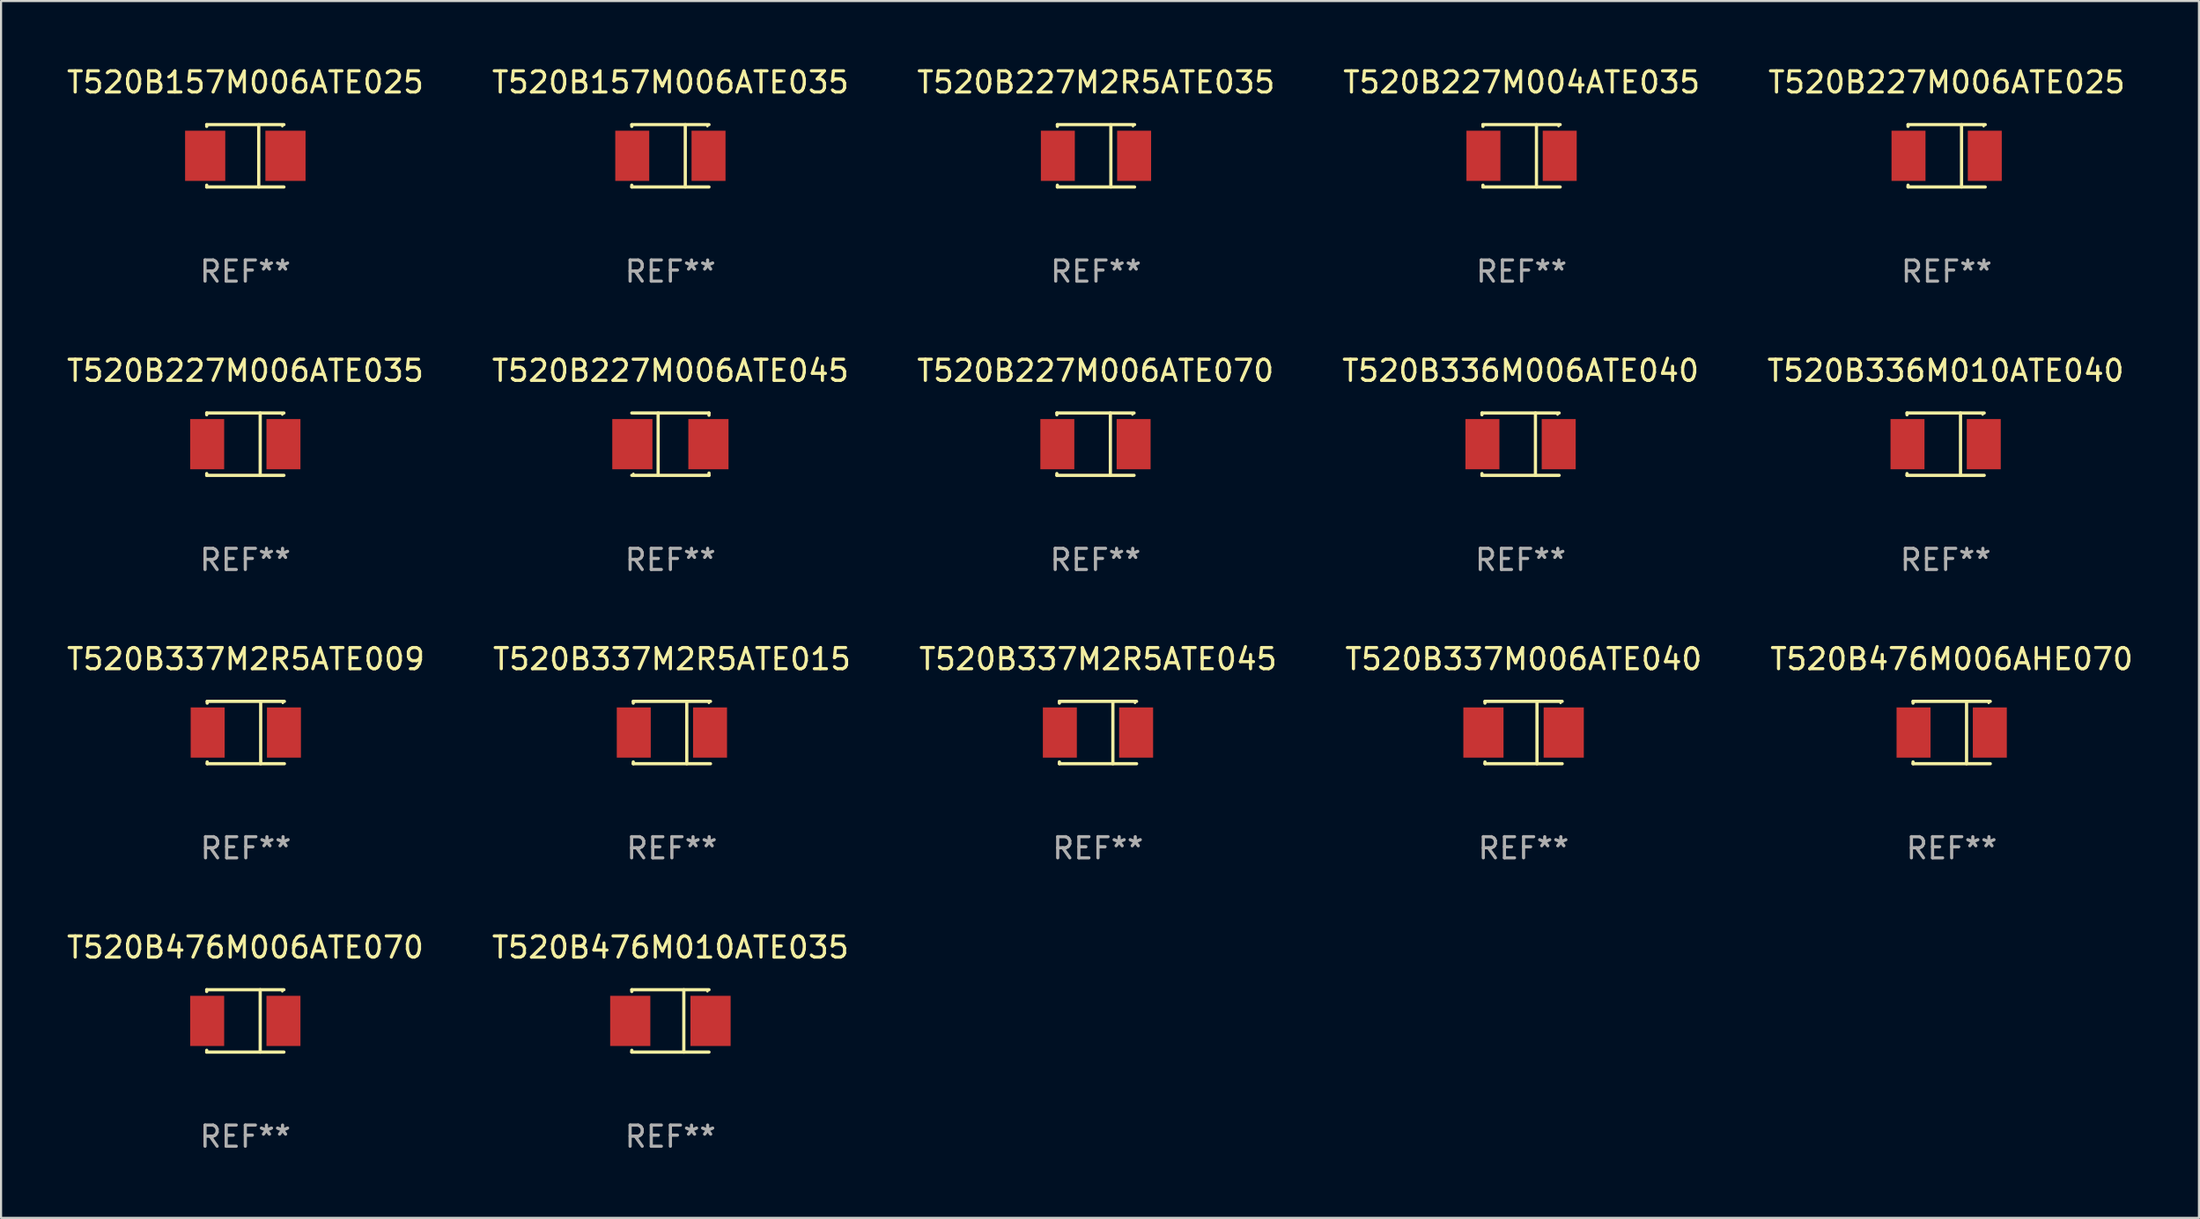
<source format=kicad_pcb>
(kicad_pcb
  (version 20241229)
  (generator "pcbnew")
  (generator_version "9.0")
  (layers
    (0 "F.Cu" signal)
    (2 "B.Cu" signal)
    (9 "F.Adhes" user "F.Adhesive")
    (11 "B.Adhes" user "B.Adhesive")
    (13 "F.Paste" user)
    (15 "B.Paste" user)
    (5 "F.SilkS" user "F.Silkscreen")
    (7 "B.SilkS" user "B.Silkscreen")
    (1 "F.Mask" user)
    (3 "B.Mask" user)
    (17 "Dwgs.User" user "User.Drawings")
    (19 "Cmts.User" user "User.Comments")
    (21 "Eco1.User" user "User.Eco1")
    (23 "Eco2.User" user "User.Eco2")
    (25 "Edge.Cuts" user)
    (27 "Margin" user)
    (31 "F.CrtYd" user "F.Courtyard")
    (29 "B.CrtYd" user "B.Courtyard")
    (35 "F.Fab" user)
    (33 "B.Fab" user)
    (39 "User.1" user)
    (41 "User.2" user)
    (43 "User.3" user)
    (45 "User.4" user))
  (footprint "T520B227M004ATE035"
    (layer "F.Cu")
    (at 68.923 4.324)
    (property "Reference" "T520B227M004ATE035" (at 0 -3.476 0) (layer "F.SilkS") (effects (font (size 1 1) (thickness 0.15))))
    (attr through_hole)
    (fp_line (start -1.826 -1.476) (end -1.826 -1.391) (stroke (width 0.152) (type solid)) (layer "F.SilkS"))
    (fp_line (start -1.826 -1.476) (end 1.826 -1.476) (stroke (width 0.152) (type solid)) (layer "F.SilkS"))
    (fp_line (start -1.826 1.476) (end -1.826 1.391) (stroke (width 0.152) (type solid)) (layer "F.SilkS"))
    (fp_line (start -1.826 1.476) (end 1.826 1.476) (stroke (width 0.152) (type solid)) (layer "F.SilkS"))
    (fp_line (start 0.704 -1.476) (end 0.704 1.476) (stroke (width 0.152) (type solid)) (layer "F.SilkS"))
    (fp_circle (center 1.75 -1.4) (end 1.78 -1.4) (stroke (width 0.06) (type solid)) (fill no) (layer "F.SilkS"))
    (fp_text user "REF**" (at 0 5.476 0) (layer "F.Fab") (effects (font (size 1 1) (thickness 0.15))))
    (pad "1" smd rect (at 1.804 0) (size 1.607 2.376) (layers "F.Cu" "F.Mask" "F.Paste"))
    (pad "2" smd rect (at -1.804 0) (size 1.607 2.376) (layers "F.Cu" "F.Mask" "F.Paste")))
  (footprint "T520B337M2R5ATE045"
    (layer "F.Cu")
    (at 48.887 31.622)
    (property "Reference" "T520B337M2R5ATE045" (at 0 -3.476 0) (layer "F.SilkS") (effects (font (size 1 1) (thickness 0.15))))
    (attr through_hole)
    (fp_line (start -1.826 -1.476) (end -1.826 -1.391) (stroke (width 0.152) (type solid)) (layer "F.SilkS"))
    (fp_line (start -1.826 -1.476) (end 1.826 -1.476) (stroke (width 0.152) (type solid)) (layer "F.SilkS"))
    (fp_line (start -1.826 1.476) (end -1.826 1.391) (stroke (width 0.152) (type solid)) (layer "F.SilkS"))
    (fp_line (start -1.826 1.476) (end 1.826 1.476) (stroke (width 0.152) (type solid)) (layer "F.SilkS"))
    (fp_line (start 0.704 -1.476) (end 0.704 1.476) (stroke (width 0.152) (type solid)) (layer "F.SilkS"))
    (fp_circle (center 1.75 -1.4) (end 1.78 -1.4) (stroke (width 0.06) (type solid)) (fill no) (layer "F.SilkS"))
    (fp_text user "REF**" (at 0 5.476 0) (layer "F.Fab") (effects (font (size 1 1) (thickness 0.15))))
    (pad "1" smd rect (at 1.804 0) (size 1.607 2.376) (layers "F.Cu" "F.Mask" "F.Paste"))
    (pad "2" smd rect (at -1.804 0) (size 1.607 2.376) (layers "F.Cu" "F.Mask" "F.Paste")))
  (footprint "T520B476M006AHE070"
    (layer "F.Cu")
    (at 89.268 31.622)
    (property "Reference" "T520B476M006AHE070" (at 0 -3.476 0) (layer "F.SilkS") (effects (font (size 1 1) (thickness 0.15))))
    (attr through_hole)
    (fp_line (start -1.826 -1.476) (end -1.826 -1.391) (stroke (width 0.152) (type solid)) (layer "F.SilkS"))
    (fp_line (start -1.826 -1.476) (end 1.826 -1.476) (stroke (width 0.152) (type solid)) (layer "F.SilkS"))
    (fp_line (start -1.826 1.476) (end -1.826 1.391) (stroke (width 0.152) (type solid)) (layer "F.SilkS"))
    (fp_line (start -1.826 1.476) (end 1.826 1.476) (stroke (width 0.152) (type solid)) (layer "F.SilkS"))
    (fp_line (start 0.704 -1.476) (end 0.704 1.476) (stroke (width 0.152) (type solid)) (layer "F.SilkS"))
    (fp_circle (center 1.75 -1.4) (end 1.78 -1.4) (stroke (width 0.06) (type solid)) (fill no) (layer "F.SilkS"))
    (fp_text user "REF**" (at 0 5.476 0) (layer "F.Fab") (effects (font (size 1 1) (thickness 0.15))))
    (pad "1" smd rect (at 1.804 0) (size 1.607 2.376) (layers "F.Cu" "F.Mask" "F.Paste"))
    (pad "2" smd rect (at -1.804 0) (size 1.607 2.376) (layers "F.Cu" "F.Mask" "F.Paste")))
  (footprint "T520B476M006ATE070"
    (layer "F.Cu")
    (at 8.554 45.271)
    (property "Reference" "T520B476M006ATE070" (at 0 -3.476 0) (layer "F.SilkS") (effects (font (size 1 1) (thickness 0.15))))
    (attr through_hole)
    (fp_line (start -1.826 -1.476) (end -1.826 -1.391) (stroke (width 0.152) (type solid)) (layer "F.SilkS"))
    (fp_line (start -1.826 -1.476) (end 1.826 -1.476) (stroke (width 0.152) (type solid)) (layer "F.SilkS"))
    (fp_line (start -1.826 1.476) (end -1.826 1.391) (stroke (width 0.152) (type solid)) (layer "F.SilkS"))
    (fp_line (start -1.826 1.476) (end 1.826 1.476) (stroke (width 0.152) (type solid)) (layer "F.SilkS"))
    (fp_line (start 0.704 -1.476) (end 0.704 1.476) (stroke (width 0.152) (type solid)) (layer "F.SilkS"))
    (fp_circle (center 1.75 -1.4) (end 1.78 -1.4) (stroke (width 0.06) (type solid)) (fill no) (layer "F.SilkS"))
    (fp_text user "REF**" (at 0 5.476 0) (layer "F.Fab") (effects (font (size 1 1) (thickness 0.15))))
    (pad "1" smd rect (at 1.804 0) (size 1.607 2.376) (layers "F.Cu" "F.Mask" "F.Paste"))
    (pad "2" smd rect (at -1.804 0) (size 1.607 2.376) (layers "F.Cu" "F.Mask" "F.Paste")))
  (footprint "T520B336M010ATE040"
    (layer "F.Cu")
    (at 88.982 17.973)
    (property "Reference" "T520B336M010ATE040" (at 0 -3.476 0) (layer "F.SilkS") (effects (font (size 1 1) (thickness 0.15))))
    (attr through_hole)
    (fp_line (start -1.826 -1.476) (end -1.826 -1.391) (stroke (width 0.152) (type solid)) (layer "F.SilkS"))
    (fp_line (start -1.826 -1.476) (end 1.826 -1.476) (stroke (width 0.152) (type solid)) (layer "F.SilkS"))
    (fp_line (start -1.826 1.476) (end -1.826 1.391) (stroke (width 0.152) (type solid)) (layer "F.SilkS"))
    (fp_line (start -1.826 1.476) (end 1.826 1.476) (stroke (width 0.152) (type solid)) (layer "F.SilkS"))
    (fp_line (start 0.704 -1.476) (end 0.704 1.476) (stroke (width 0.152) (type solid)) (layer "F.SilkS"))
    (fp_circle (center 1.75 -1.4) (end 1.78 -1.4) (stroke (width 0.06) (type solid)) (fill no) (layer "F.SilkS"))
    (fp_text user "REF**" (at 0 5.476 0) (layer "F.Fab") (effects (font (size 1 1) (thickness 0.15))))
    (pad "1" smd rect (at 1.804 0) (size 1.607 2.376) (layers "F.Cu" "F.Mask" "F.Paste"))
    (pad "2" smd rect (at -1.804 0) (size 1.607 2.376) (layers "F.Cu" "F.Mask" "F.Paste")))
  (footprint "T520B337M2R5ATE009"
    (layer "F.Cu")
    (at 8.577 31.622)
    (property "Reference" "T520B337M2R5ATE009" (at 0 -3.476 0) (layer "F.SilkS") (effects (font (size 1 1) (thickness 0.15))))
    (attr through_hole)
    (fp_line (start -1.826 -1.476) (end -1.826 -1.391) (stroke (width 0.152) (type solid)) (layer "F.SilkS"))
    (fp_line (start -1.826 -1.476) (end 1.826 -1.476) (stroke (width 0.152) (type solid)) (layer "F.SilkS"))
    (fp_line (start -1.826 1.476) (end -1.826 1.391) (stroke (width 0.152) (type solid)) (layer "F.SilkS"))
    (fp_line (start -1.826 1.476) (end 1.826 1.476) (stroke (width 0.152) (type solid)) (layer "F.SilkS"))
    (fp_line (start 0.704 -1.476) (end 0.704 1.476) (stroke (width 0.152) (type solid)) (layer "F.SilkS"))
    (fp_circle (center 1.75 -1.4) (end 1.78 -1.4) (stroke (width 0.06) (type solid)) (fill no) (layer "F.SilkS"))
    (fp_text user "REF**" (at 0 5.476 0) (layer "F.Fab") (effects (font (size 1 1) (thickness 0.15))))
    (pad "1" smd rect (at 1.804 0) (size 1.607 2.376) (layers "F.Cu" "F.Mask" "F.Paste"))
    (pad "2" smd rect (at -1.804 0) (size 1.607 2.376) (layers "F.Cu" "F.Mask" "F.Paste")))
  (footprint "T520B337M006ATE040"
    (layer "F.Cu")
    (at 69.018 31.622)
    (property "Reference" "T520B337M006ATE040" (at 0 -3.476 0) (layer "F.SilkS") (effects (font (size 1 1) (thickness 0.15))))
    (attr through_hole)
    (fp_line (start -1.826 -1.476) (end -1.826 -1.391) (stroke (width 0.152) (type solid)) (layer "F.SilkS"))
    (fp_line (start -1.826 -1.476) (end 1.826 -1.476) (stroke (width 0.152) (type solid)) (layer "F.SilkS"))
    (fp_line (start -1.826 1.476) (end -1.826 1.391) (stroke (width 0.152) (type solid)) (layer "F.SilkS"))
    (fp_line (start -1.826 1.476) (end 1.826 1.476) (stroke (width 0.152) (type solid)) (layer "F.SilkS"))
    (fp_line (start 0.635 -1.476) (end 0.635 1.476) (stroke (width 0.152) (type solid)) (layer "F.SilkS"))
    (fp_circle (center 1.75 -1.4) (end 1.78 -1.4) (stroke (width 0.06) (type solid)) (fill no) (layer "F.SilkS"))
    (fp_text user "REF**" (at 0 5.476 0) (layer "F.Fab") (effects (font (size 1 1) (thickness 0.15))))
    (pad "1" smd rect (at 1.899 0) (size 1.9 2.376) (layers "F.Cu" "F.Mask" "F.Paste"))
    (pad "2" smd rect (at -1.899 0) (size 1.9 2.376) (layers "F.Cu" "F.Mask" "F.Paste")))
  (footprint "T520B337M2R5ATE015"
    (layer "F.Cu")
    (at 28.732 31.622)
    (property "Reference" "T520B337M2R5ATE015" (at 0 -3.476 0) (layer "F.SilkS") (effects (font (size 1 1) (thickness 0.15))))
    (attr through_hole)
    (fp_line (start -1.826 -1.476) (end -1.826 -1.391) (stroke (width 0.152) (type solid)) (layer "F.SilkS"))
    (fp_line (start -1.826 -1.476) (end 1.826 -1.476) (stroke (width 0.152) (type solid)) (layer "F.SilkS"))
    (fp_line (start -1.826 1.476) (end -1.826 1.391) (stroke (width 0.152) (type solid)) (layer "F.SilkS"))
    (fp_line (start -1.826 1.476) (end 1.826 1.476) (stroke (width 0.152) (type solid)) (layer "F.SilkS"))
    (fp_line (start 0.704 -1.476) (end 0.704 1.476) (stroke (width 0.152) (type solid)) (layer "F.SilkS"))
    (fp_circle (center 1.75 -1.4) (end 1.78 -1.4) (stroke (width 0.06) (type solid)) (fill no) (layer "F.SilkS"))
    (fp_text user "REF**" (at 0 5.476 0) (layer "F.Fab") (effects (font (size 1 1) (thickness 0.15))))
    (pad "1" smd rect (at 1.804 0) (size 1.607 2.376) (layers "F.Cu" "F.Mask" "F.Paste"))
    (pad "2" smd rect (at -1.804 0) (size 1.607 2.376) (layers "F.Cu" "F.Mask" "F.Paste")))
  (footprint "T520B227M006ATE045"
    (layer "F.Cu")
    (at 28.661 17.973)
    (property "Reference" "T520B227M006ATE045" (at 0 -3.476 0) (layer "F.SilkS") (effects (font (size 1 1) (thickness 0.15))))
    (attr through_hole)
    (fp_line (start -1.826 -1.476) (end 1.826 -1.476) (stroke (width 0.152) (type solid)) (layer "F.SilkS"))
    (fp_line (start -1.826 1.476) (end 1.826 1.476) (stroke (width 0.152) (type solid)) (layer "F.SilkS"))
    (fp_line (start -0.58 -1.476) (end -0.58 1.476) (stroke (width 0.152) (type solid)) (layer "F.SilkS"))
    (fp_line (start 1.826 -1.476) (end 1.826 -1.368) (stroke (width 0.152) (type solid)) (layer "F.SilkS"))
    (fp_line (start 1.826 1.368) (end 1.826 1.476) (stroke (width 0.152) (type solid)) (layer "F.SilkS"))
    (fp_circle (center -1.75 1.4) (end -1.72 1.4) (stroke (width 0.06) (type solid)) (fill no) (layer "F.SilkS"))
    (fp_text user "REF**" (at 0 5.476 0) (layer "F.Fab") (effects (font (size 1 1) (thickness 0.15))))
    (pad "1" smd rect (at -1.799 0) (size 1.9 2.376) (layers "F.Cu" "F.Mask" "F.Paste"))
    (pad "2" smd rect (at 1.799 0) (size 1.9 2.376) (layers "F.Cu" "F.Mask" "F.Paste")))
  (footprint "T520B227M2R5ATE035"
    (layer "F.Cu")
    (at 48.792 4.324)
    (property "Reference" "T520B227M2R5ATE035" (at 0 -3.476 0) (layer "F.SilkS") (effects (font (size 1 1) (thickness 0.15))))
    (attr through_hole)
    (fp_line (start -1.826 -1.476) (end -1.826 -1.391) (stroke (width 0.152) (type solid)) (layer "F.SilkS"))
    (fp_line (start -1.826 -1.476) (end 1.826 -1.476) (stroke (width 0.152) (type solid)) (layer "F.SilkS"))
    (fp_line (start -1.826 1.476) (end -1.826 1.391) (stroke (width 0.152) (type solid)) (layer "F.SilkS"))
    (fp_line (start -1.826 1.476) (end 1.826 1.476) (stroke (width 0.152) (type solid)) (layer "F.SilkS"))
    (fp_line (start 0.704 -1.476) (end 0.704 1.476) (stroke (width 0.152) (type solid)) (layer "F.SilkS"))
    (fp_circle (center 1.75 -1.4) (end 1.78 -1.4) (stroke (width 0.06) (type solid)) (fill no) (layer "F.SilkS"))
    (fp_text user "REF**" (at 0 5.476 0) (layer "F.Fab") (effects (font (size 1 1) (thickness 0.15))))
    (pad "1" smd rect (at 1.804 0) (size 1.607 2.376) (layers "F.Cu" "F.Mask" "F.Paste"))
    (pad "2" smd rect (at -1.804 0) (size 1.607 2.376) (layers "F.Cu" "F.Mask" "F.Paste")))
  (footprint "T520B476M010ATE035"
    (layer "F.Cu")
    (at 28.661 45.271)
    (property "Reference" "T520B476M010ATE035" (at 0 -3.476 0) (layer "F.SilkS") (effects (font (size 1 1) (thickness 0.15))))
    (attr through_hole)
    (fp_line (start -1.826 -1.476) (end -1.826 -1.391) (stroke (width 0.152) (type solid)) (layer "F.SilkS"))
    (fp_line (start -1.826 -1.476) (end 1.826 -1.476) (stroke (width 0.152) (type solid)) (layer "F.SilkS"))
    (fp_line (start -1.826 1.476) (end -1.826 1.391) (stroke (width 0.152) (type solid)) (layer "F.SilkS"))
    (fp_line (start -1.826 1.476) (end 1.826 1.476) (stroke (width 0.152) (type solid)) (layer "F.SilkS"))
    (fp_line (start 0.635 -1.476) (end 0.635 1.476) (stroke (width 0.152) (type solid)) (layer "F.SilkS"))
    (fp_circle (center 1.75 -1.4) (end 1.78 -1.4) (stroke (width 0.06) (type solid)) (fill no) (layer "F.SilkS"))
    (fp_text user "REF**" (at 0 5.476 0) (layer "F.Fab") (effects (font (size 1 1) (thickness 0.15))))
    (pad "1" smd rect (at 1.899 0) (size 1.9 2.376) (layers "F.Cu" "F.Mask" "F.Paste"))
    (pad "2" smd rect (at -1.899 0) (size 1.9 2.376) (layers "F.Cu" "F.Mask" "F.Paste")))
  (footprint "T520B336M006ATE040"
    (layer "F.Cu")
    (at 68.875 17.973)
    (property "Reference" "T520B336M006ATE040" (at 0 -3.476 0) (layer "F.SilkS") (effects (font (size 1 1) (thickness 0.15))))
    (attr through_hole)
    (fp_line (start -1.826 -1.476) (end -1.826 -1.391) (stroke (width 0.152) (type solid)) (layer "F.SilkS"))
    (fp_line (start -1.826 -1.476) (end 1.826 -1.476) (stroke (width 0.152) (type solid)) (layer "F.SilkS"))
    (fp_line (start -1.826 1.476) (end -1.826 1.391) (stroke (width 0.152) (type solid)) (layer "F.SilkS"))
    (fp_line (start -1.826 1.476) (end 1.826 1.476) (stroke (width 0.152) (type solid)) (layer "F.SilkS"))
    (fp_line (start 0.704 -1.476) (end 0.704 1.476) (stroke (width 0.152) (type solid)) (layer "F.SilkS"))
    (fp_circle (center 1.75 -1.4) (end 1.78 -1.4) (stroke (width 0.06) (type solid)) (fill no) (layer "F.SilkS"))
    (fp_text user "REF**" (at 0 5.476 0) (layer "F.Fab") (effects (font (size 1 1) (thickness 0.15))))
    (pad "1" smd rect (at 1.804 0) (size 1.607 2.376) (layers "F.Cu" "F.Mask" "F.Paste"))
    (pad "2" smd rect (at -1.804 0) (size 1.607 2.376) (layers "F.Cu" "F.Mask" "F.Paste")))
  (footprint "T520B227M006ATE070"
    (layer "F.Cu")
    (at 48.768 17.973)
    (property "Reference" "T520B227M006ATE070" (at 0 -3.476 0) (layer "F.SilkS") (effects (font (size 1 1) (thickness 0.15))))
    (attr through_hole)
    (fp_line (start -1.826 -1.476) (end -1.826 -1.391) (stroke (width 0.152) (type solid)) (layer "F.SilkS"))
    (fp_line (start -1.826 -1.476) (end 1.826 -1.476) (stroke (width 0.152) (type solid)) (layer "F.SilkS"))
    (fp_line (start -1.826 1.476) (end -1.826 1.391) (stroke (width 0.152) (type solid)) (layer "F.SilkS"))
    (fp_line (start -1.826 1.476) (end 1.826 1.476) (stroke (width 0.152) (type solid)) (layer "F.SilkS"))
    (fp_line (start 0.704 -1.476) (end 0.704 1.476) (stroke (width 0.152) (type solid)) (layer "F.SilkS"))
    (fp_circle (center 1.75 -1.4) (end 1.78 -1.4) (stroke (width 0.06) (type solid)) (fill no) (layer "F.SilkS"))
    (fp_text user "REF**" (at 0 5.476 0) (layer "F.Fab") (effects (font (size 1 1) (thickness 0.15))))
    (pad "1" smd rect (at 1.804 0) (size 1.607 2.376) (layers "F.Cu" "F.Mask" "F.Paste"))
    (pad "2" smd rect (at -1.804 0) (size 1.607 2.376) (layers "F.Cu" "F.Mask" "F.Paste")))
  (footprint "T520B227M006ATE025"
    (layer "F.Cu")
    (at 89.03 4.324)
    (property "Reference" "T520B227M006ATE025" (at 0 -3.476 0) (layer "F.SilkS") (effects (font (size 1 1) (thickness 0.15))))
    (attr through_hole)
    (fp_line (start -1.826 -1.476) (end -1.826 -1.391) (stroke (width 0.152) (type solid)) (layer "F.SilkS"))
    (fp_line (start -1.826 -1.476) (end 1.826 -1.476) (stroke (width 0.152) (type solid)) (layer "F.SilkS"))
    (fp_line (start -1.826 1.476) (end -1.826 1.391) (stroke (width 0.152) (type solid)) (layer "F.SilkS"))
    (fp_line (start -1.826 1.476) (end 1.826 1.476) (stroke (width 0.152) (type solid)) (layer "F.SilkS"))
    (fp_line (start 0.704 -1.476) (end 0.704 1.476) (stroke (width 0.152) (type solid)) (layer "F.SilkS"))
    (fp_circle (center 1.75 -1.4) (end 1.78 -1.4) (stroke (width 0.06) (type solid)) (fill no) (layer "F.SilkS"))
    (fp_text user "REF**" (at 0 5.476 0) (layer "F.Fab") (effects (font (size 1 1) (thickness 0.15))))
    (pad "1" smd rect (at 1.804 0) (size 1.607 2.376) (layers "F.Cu" "F.Mask" "F.Paste"))
    (pad "2" smd rect (at -1.804 0) (size 1.607 2.376) (layers "F.Cu" "F.Mask" "F.Paste")))
  (footprint "T520B157M006ATE025"
    (layer "F.Cu")
    (at 8.554 4.324)
    (property "Reference" "T520B157M006ATE025" (at 0 -3.476 0) (layer "F.SilkS") (effects (font (size 1 1) (thickness 0.15))))
    (attr through_hole)
    (fp_line (start -1.826 -1.476) (end -1.826 -1.391) (stroke (width 0.152) (type solid)) (layer "F.SilkS"))
    (fp_line (start -1.826 -1.476) (end 1.826 -1.476) (stroke (width 0.152) (type solid)) (layer "F.SilkS"))
    (fp_line (start -1.826 1.476) (end -1.826 1.391) (stroke (width 0.152) (type solid)) (layer "F.SilkS"))
    (fp_line (start -1.826 1.476) (end 1.826 1.476) (stroke (width 0.152) (type solid)) (layer "F.SilkS"))
    (fp_line (start 0.635 -1.476) (end 0.635 1.476) (stroke (width 0.152) (type solid)) (layer "F.SilkS"))
    (fp_circle (center 1.75 -1.4) (end 1.78 -1.4) (stroke (width 0.06) (type solid)) (fill no) (layer "F.SilkS"))
    (fp_text user "REF**" (at 0 5.476 0) (layer "F.Fab") (effects (font (size 1 1) (thickness 0.15))))
    (pad "1" smd rect (at 1.899 0) (size 1.9 2.376) (layers "F.Cu" "F.Mask" "F.Paste"))
    (pad "2" smd rect (at -1.899 0) (size 1.9 2.376) (layers "F.Cu" "F.Mask" "F.Paste")))
  (footprint "T520B157M006ATE035"
    (layer "F.Cu")
    (at 28.661 4.324)
    (property "Reference" "T520B157M006ATE035" (at 0 -3.476 0) (layer "F.SilkS") (effects (font (size 1 1) (thickness 0.15))))
    (attr through_hole)
    (fp_line (start -1.826 -1.476) (end -1.826 -1.391) (stroke (width 0.152) (type solid)) (layer "F.SilkS"))
    (fp_line (start -1.826 -1.476) (end 1.826 -1.476) (stroke (width 0.152) (type solid)) (layer "F.SilkS"))
    (fp_line (start -1.826 1.476) (end -1.826 1.391) (stroke (width 0.152) (type solid)) (layer "F.SilkS"))
    (fp_line (start -1.826 1.476) (end 1.826 1.476) (stroke (width 0.152) (type solid)) (layer "F.SilkS"))
    (fp_line (start 0.704 -1.476) (end 0.704 1.476) (stroke (width 0.152) (type solid)) (layer "F.SilkS"))
    (fp_circle (center 1.75 -1.4) (end 1.78 -1.4) (stroke (width 0.06) (type solid)) (fill no) (layer "F.SilkS"))
    (fp_text user "REF**" (at 0 5.476 0) (layer "F.Fab") (effects (font (size 1 1) (thickness 0.15))))
    (pad "1" smd rect (at 1.804 0) (size 1.607 2.376) (layers "F.Cu" "F.Mask" "F.Paste"))
    (pad "2" smd rect (at -1.804 0) (size 1.607 2.376) (layers "F.Cu" "F.Mask" "F.Paste")))
  (footprint "T520B227M006ATE035"
    (layer "F.Cu")
    (at 8.554 17.973)
    (property "Reference" "T520B227M006ATE035" (at 0 -3.476 0) (layer "F.SilkS") (effects (font (size 1 1) (thickness 0.15))))
    (attr through_hole)
    (fp_line (start -1.826 -1.476) (end -1.826 -1.391) (stroke (width 0.152) (type solid)) (layer "F.SilkS"))
    (fp_line (start -1.826 -1.476) (end 1.826 -1.476) (stroke (width 0.152) (type solid)) (layer "F.SilkS"))
    (fp_line (start -1.826 1.476) (end -1.826 1.391) (stroke (width 0.152) (type solid)) (layer "F.SilkS"))
    (fp_line (start -1.826 1.476) (end 1.826 1.476) (stroke (width 0.152) (type solid)) (layer "F.SilkS"))
    (fp_line (start 0.704 -1.476) (end 0.704 1.476) (stroke (width 0.152) (type solid)) (layer "F.SilkS"))
    (fp_circle (center 1.75 -1.4) (end 1.78 -1.4) (stroke (width 0.06) (type solid)) (fill no) (layer "F.SilkS"))
    (fp_text user "REF**" (at 0 5.476 0) (layer "F.Fab") (effects (font (size 1 1) (thickness 0.15))))
    (pad "1" smd rect (at 1.804 0) (size 1.607 2.376) (layers "F.Cu" "F.Mask" "F.Paste"))
    (pad "2" smd rect (at -1.804 0) (size 1.607 2.376) (layers "F.Cu" "F.Mask" "F.Paste")))
  (gr_rect
    (start -3 -3)
    (end 100.964 54.596)
    (stroke (width 0.1) (type default))
    (fill no)
    (layer "Edge.Cuts")))
</source>
